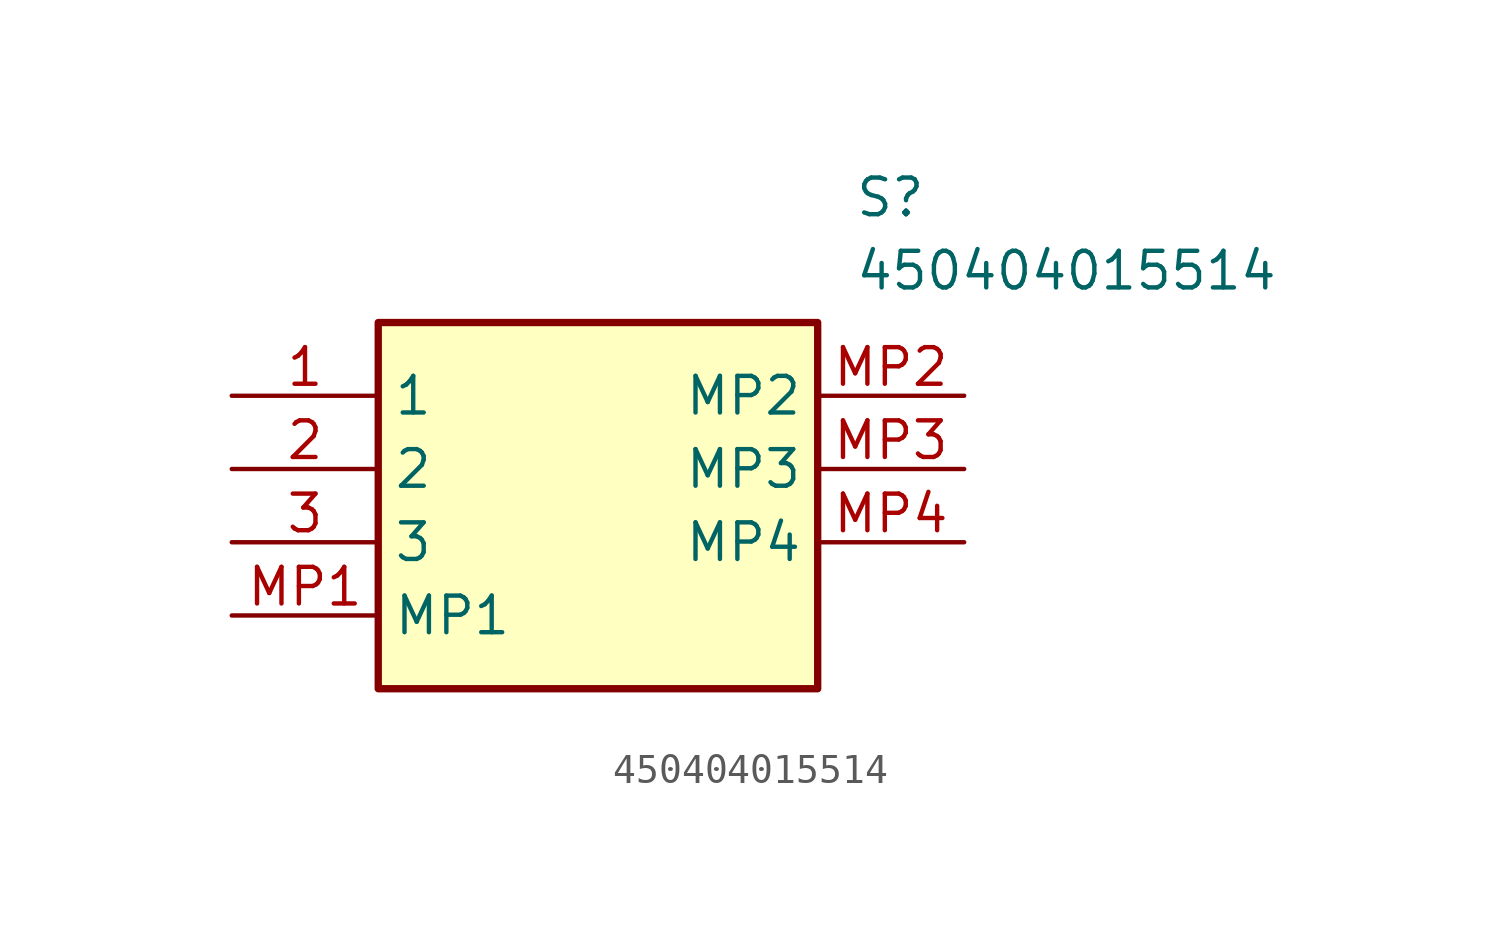
<source format=kicad_sym>
(kicad_symbol_lib
  (version 20211014)
  (generator SamacSys_ECAD_Model)
  (symbol "450404015514"
    (property "Reference" "S"
      (at 21.59 7.62 0)
      (effects (font (size 1.27 1.27)) (justify left top)))
    (property "Value" "450404015514"
      (at 21.59 5.08 0)
      (effects (font (size 1.27 1.27)) (justify left top)))
    (rectangle
      (start 5.08 2.54)
      (end 20.32 -10.16)
      (stroke (width 0.254) (type default))
      (fill (type background)))
    (pin passive line
      (at 0 0 0)
      (length 5.08)
      (name "1" (effects (font (size 1.27 1.27))))
      (number "1" (effects (font (size 1.27 1.27)))))
    (pin passive line
      (at 0 -2.54 0)
      (length 5.08)
      (name "2" (effects (font (size 1.27 1.27))))
      (number "2" (effects (font (size 1.27 1.27)))))
    (pin passive line
      (at 0 -5.08 0)
      (length 5.08)
      (name "3" (effects (font (size 1.27 1.27))))
      (number "3" (effects (font (size 1.27 1.27)))))
    (pin passive line
      (at 0 -7.62 0)
      (length 5.08)
      (name "MP1" (effects (font (size 1.27 1.27))))
      (number "MP1" (effects (font (size 1.27 1.27)))))
    (pin passive line
      (at 25.4 0 180)
      (length 5.08)
      (name "MP2" (effects (font (size 1.27 1.27))))
      (number "MP2" (effects (font (size 1.27 1.27)))))
    (pin passive line
      (at 25.4 -2.54 180)
      (length 5.08)
      (name "MP3" (effects (font (size 1.27 1.27))))
      (number "MP3" (effects (font (size 1.27 1.27)))))
    (pin passive line
      (at 25.4 -5.08 180)
      (length 5.08)
      (name "MP4" (effects (font (size 1.27 1.27))))
      (number "MP4" (effects (font (size 1.27 1.27)))))))
</source>
